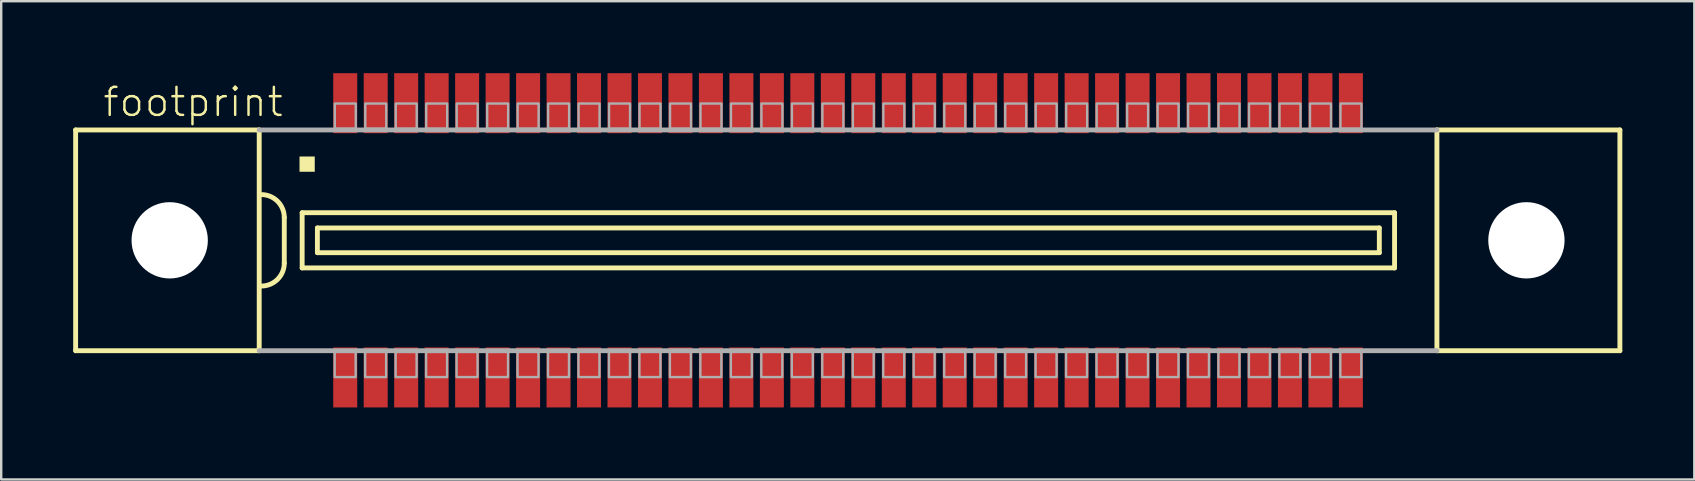
<source format=kicad_pcb>
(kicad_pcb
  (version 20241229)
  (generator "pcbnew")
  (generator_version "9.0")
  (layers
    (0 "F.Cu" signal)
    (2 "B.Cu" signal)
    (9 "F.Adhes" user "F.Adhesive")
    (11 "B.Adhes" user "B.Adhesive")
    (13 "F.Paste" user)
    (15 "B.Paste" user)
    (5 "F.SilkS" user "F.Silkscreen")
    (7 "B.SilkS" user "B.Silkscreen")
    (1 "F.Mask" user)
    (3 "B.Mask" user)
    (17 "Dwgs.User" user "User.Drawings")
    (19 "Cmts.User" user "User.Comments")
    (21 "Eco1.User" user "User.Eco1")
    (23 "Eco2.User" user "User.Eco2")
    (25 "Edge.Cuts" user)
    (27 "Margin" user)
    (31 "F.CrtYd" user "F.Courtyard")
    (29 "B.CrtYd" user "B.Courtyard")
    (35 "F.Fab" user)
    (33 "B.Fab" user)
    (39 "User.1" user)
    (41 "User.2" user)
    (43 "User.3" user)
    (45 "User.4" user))
  (footprint "footprint"
    (layer "F.Cu")
    (at 32.292 6.965)
    (property "Reference" "footprint" (at -31.115 -5.08 0) (layer "F.SilkS") (effects (font (size 1.168 1.168) (thickness 0.102)) (justify left bottom)))
    (fp_line (start -32.19 -4.6) (end -32.19 4.6) (stroke (width 0.203) (type solid)) (layer "F.SilkS"))
    (fp_line (start -32.19 4.6) (end -24.54 4.6) (stroke (width 0.203) (type solid)) (layer "F.SilkS"))
    (fp_line (start -24.54 -4.6) (end -32.19 -4.6) (stroke (width 0.203) (type solid)) (layer "F.SilkS"))
    (fp_line (start -24.54 -4.6) (end -24.54 4.6) (stroke (width 0.203) (type solid)) (layer "F.SilkS"))
    (fp_line (start -23.495 -0.953) (end -23.495 0.953) (stroke (width 0.203) (type solid)) (layer "F.SilkS"))
    (fp_line (start -22.75 -1.15) (end -22.75 1.15) (stroke (width 0.203) (type solid)) (layer "F.SilkS"))
    (fp_line (start -22.75 1.15) (end 22.775 1.15) (stroke (width 0.203) (type solid)) (layer "F.SilkS"))
    (fp_line (start -22.115 -0.515) (end -22.115 0.515) (stroke (width 0.203) (type solid)) (layer "F.SilkS"))
    (fp_line (start -22.115 0.515) (end 22.14 0.515) (stroke (width 0.203) (type solid)) (layer "F.SilkS"))
    (fp_line (start 22.14 -0.515) (end -22.115 -0.515) (stroke (width 0.203) (type solid)) (layer "F.SilkS"))
    (fp_line (start 22.14 0.515) (end 22.14 -0.515) (stroke (width 0.203) (type solid)) (layer "F.SilkS"))
    (fp_line (start 22.775 -1.15) (end -22.75 -1.15) (stroke (width 0.203) (type solid)) (layer "F.SilkS"))
    (fp_line (start 22.775 1.15) (end 22.775 -1.15) (stroke (width 0.203) (type solid)) (layer "F.SilkS"))
    (fp_line (start 24.54 4.6) (end 24.54 -4.6) (stroke (width 0.203) (type solid)) (layer "F.SilkS"))
    (fp_line (start 24.54 4.6) (end 32.165 4.6) (stroke (width 0.203) (type solid)) (layer "F.SilkS"))
    (fp_line (start 32.165 -4.6) (end 24.54 -4.6) (stroke (width 0.203) (type solid)) (layer "F.SilkS"))
    (fp_line (start 32.165 4.6) (end 32.165 -4.6) (stroke (width 0.203) (type solid)) (layer "F.SilkS"))
    (fp_arc (start -24.4475 -1.905) (mid -23.773981 -1.626019) (end -23.495 -0.9525) (stroke (width 0.2032) (type solid)) (layer "F.SilkS"))
    (fp_arc (start -23.495 0.9525) (mid -23.77401 1.625989) (end -24.447499 1.904999) (stroke (width 0.2032) (type solid)) (layer "F.SilkS"))
    (fp_poly (pts (xy -22.86 -2.857) (xy -22.225 -2.857) (xy -22.225 -3.493) (xy -22.86 -3.493)) (stroke (width 0) (type solid)) (fill yes) (layer "F.SilkS"))
    (fp_line (start -24.54 4.6) (end 24.54 4.6) (stroke (width 0.203) (type solid)) (layer "F.Fab"))
    (fp_line (start 24.54 -4.6) (end -24.54 -4.6) (stroke (width 0.203) (type solid)) (layer "F.Fab"))
    (fp_poly (pts (xy -21.39 -4.65) (xy -20.515 -4.65) (xy -20.515 -5.7) (xy -21.39 -5.7)) (stroke (width 0.1) (type solid)) (fill no) (layer "F.Fab"))
    (fp_poly (pts (xy -20.52 4.65) (xy -21.395 4.65) (xy -21.395 5.7) (xy -20.52 5.7)) (stroke (width 0.1) (type solid)) (fill no) (layer "F.Fab"))
    (fp_poly (pts (xy -20.12 -4.65) (xy -19.245 -4.65) (xy -19.245 -5.7) (xy -20.12 -5.7)) (stroke (width 0.1) (type solid)) (fill no) (layer "F.Fab"))
    (fp_poly (pts (xy -19.25 4.65) (xy -20.125 4.65) (xy -20.125 5.7) (xy -19.25 5.7)) (stroke (width 0.1) (type solid)) (fill no) (layer "F.Fab"))
    (fp_poly (pts (xy -18.85 -4.65) (xy -17.975 -4.65) (xy -17.975 -5.7) (xy -18.85 -5.7)) (stroke (width 0.1) (type solid)) (fill no) (layer "F.Fab"))
    (fp_poly (pts (xy -17.98 4.65) (xy -18.855 4.65) (xy -18.855 5.7) (xy -17.98 5.7)) (stroke (width 0.1) (type solid)) (fill no) (layer "F.Fab"))
    (fp_poly (pts (xy -17.58 -4.65) (xy -16.705 -4.65) (xy -16.705 -5.7) (xy -17.58 -5.7)) (stroke (width 0.1) (type solid)) (fill no) (layer "F.Fab"))
    (fp_poly (pts (xy -16.71 4.65) (xy -17.585 4.65) (xy -17.585 5.7) (xy -16.71 5.7)) (stroke (width 0.1) (type solid)) (fill no) (layer "F.Fab"))
    (fp_poly (pts (xy -16.31 -4.65) (xy -15.435 -4.65) (xy -15.435 -5.7) (xy -16.31 -5.7)) (stroke (width 0.1) (type solid)) (fill no) (layer "F.Fab"))
    (fp_poly (pts (xy -15.44 4.65) (xy -16.315 4.65) (xy -16.315 5.7) (xy -15.44 5.7)) (stroke (width 0.1) (type solid)) (fill no) (layer "F.Fab"))
    (fp_poly (pts (xy -15.04 -4.65) (xy -14.165 -4.65) (xy -14.165 -5.7) (xy -15.04 -5.7)) (stroke (width 0.1) (type solid)) (fill no) (layer "F.Fab"))
    (fp_poly (pts (xy -14.17 4.65) (xy -15.045 4.65) (xy -15.045 5.7) (xy -14.17 5.7)) (stroke (width 0.1) (type solid)) (fill no) (layer "F.Fab"))
    (fp_poly (pts (xy -13.77 -4.65) (xy -12.895 -4.65) (xy -12.895 -5.7) (xy -13.77 -5.7)) (stroke (width 0.1) (type solid)) (fill no) (layer "F.Fab"))
    (fp_poly (pts (xy -12.9 4.65) (xy -13.775 4.65) (xy -13.775 5.7) (xy -12.9 5.7)) (stroke (width 0.1) (type solid)) (fill no) (layer "F.Fab"))
    (fp_poly (pts (xy -12.5 -4.65) (xy -11.625 -4.65) (xy -11.625 -5.7) (xy -12.5 -5.7)) (stroke (width 0.1) (type solid)) (fill no) (layer "F.Fab"))
    (fp_poly (pts (xy -11.63 4.65) (xy -12.505 4.65) (xy -12.505 5.7) (xy -11.63 5.7)) (stroke (width 0.1) (type solid)) (fill no) (layer "F.Fab"))
    (fp_poly (pts (xy -11.23 -4.65) (xy -10.355 -4.65) (xy -10.355 -5.7) (xy -11.23 -5.7)) (stroke (width 0.1) (type solid)) (fill no) (layer "F.Fab"))
    (fp_poly (pts (xy -10.36 4.65) (xy -11.235 4.65) (xy -11.235 5.7) (xy -10.36 5.7)) (stroke (width 0.1) (type solid)) (fill no) (layer "F.Fab"))
    (fp_poly (pts (xy -9.96 -4.65) (xy -9.085 -4.65) (xy -9.085 -5.7) (xy -9.96 -5.7)) (stroke (width 0.1) (type solid)) (fill no) (layer "F.Fab"))
    (fp_poly (pts (xy -9.09 4.65) (xy -9.965 4.65) (xy -9.965 5.7) (xy -9.09 5.7)) (stroke (width 0.1) (type solid)) (fill no) (layer "F.Fab"))
    (fp_poly (pts (xy -8.69 -4.65) (xy -7.815 -4.65) (xy -7.815 -5.7) (xy -8.69 -5.7)) (stroke (width 0.1) (type solid)) (fill no) (layer "F.Fab"))
    (fp_poly (pts (xy -7.82 4.65) (xy -8.695 4.65) (xy -8.695 5.7) (xy -7.82 5.7)) (stroke (width 0.1) (type solid)) (fill no) (layer "F.Fab"))
    (fp_poly (pts (xy -7.42 -4.65) (xy -6.545 -4.65) (xy -6.545 -5.7) (xy -7.42 -5.7)) (stroke (width 0.1) (type solid)) (fill no) (layer "F.Fab"))
    (fp_poly (pts (xy -6.55 4.65) (xy -7.425 4.65) (xy -7.425 5.7) (xy -6.55 5.7)) (stroke (width 0.1) (type solid)) (fill no) (layer "F.Fab"))
    (fp_poly (pts (xy -6.15 -4.65) (xy -5.275 -4.65) (xy -5.275 -5.7) (xy -6.15 -5.7)) (stroke (width 0.1) (type solid)) (fill no) (layer "F.Fab"))
    (fp_poly (pts (xy -5.28 4.65) (xy -6.155 4.65) (xy -6.155 5.7) (xy -5.28 5.7)) (stroke (width 0.1) (type solid)) (fill no) (layer "F.Fab"))
    (fp_poly (pts (xy -4.88 -4.65) (xy -4.005 -4.65) (xy -4.005 -5.7) (xy -4.88 -5.7)) (stroke (width 0.1) (type solid)) (fill no) (layer "F.Fab"))
    (fp_poly (pts (xy -4.01 4.65) (xy -4.885 4.65) (xy -4.885 5.7) (xy -4.01 5.7)) (stroke (width 0.1) (type solid)) (fill no) (layer "F.Fab"))
    (fp_poly (pts (xy -3.61 -4.65) (xy -2.735 -4.65) (xy -2.735 -5.7) (xy -3.61 -5.7)) (stroke (width 0.1) (type solid)) (fill no) (layer "F.Fab"))
    (fp_poly (pts (xy -2.74 4.65) (xy -3.615 4.65) (xy -3.615 5.7) (xy -2.74 5.7)) (stroke (width 0.1) (type solid)) (fill no) (layer "F.Fab"))
    (fp_poly (pts (xy -2.34 -4.65) (xy -1.465 -4.65) (xy -1.465 -5.7) (xy -2.34 -5.7)) (stroke (width 0.1) (type solid)) (fill no) (layer "F.Fab"))
    (fp_poly (pts (xy -1.47 4.65) (xy -2.345 4.65) (xy -2.345 5.7) (xy -1.47 5.7)) (stroke (width 0.1) (type solid)) (fill no) (layer "F.Fab"))
    (fp_poly (pts (xy -1.07 -4.65) (xy -0.195 -4.65) (xy -0.195 -5.7) (xy -1.07 -5.7)) (stroke (width 0.1) (type solid)) (fill no) (layer "F.Fab"))
    (fp_poly (pts (xy -0.2 4.65) (xy -1.075 4.65) (xy -1.075 5.7) (xy -0.2 5.7)) (stroke (width 0.1) (type solid)) (fill no) (layer "F.Fab"))
    (fp_poly (pts (xy 0.2 -4.65) (xy 1.075 -4.65) (xy 1.075 -5.7) (xy 0.2 -5.7)) (stroke (width 0.1) (type solid)) (fill no) (layer "F.Fab"))
    (fp_poly (pts (xy 1.07 4.65) (xy 0.195 4.65) (xy 0.195 5.7) (xy 1.07 5.7)) (stroke (width 0.1) (type solid)) (fill no) (layer "F.Fab"))
    (fp_poly (pts (xy 1.47 -4.65) (xy 2.345 -4.65) (xy 2.345 -5.7) (xy 1.47 -5.7)) (stroke (width 0.1) (type solid)) (fill no) (layer "F.Fab"))
    (fp_poly (pts (xy 2.34 4.65) (xy 1.465 4.65) (xy 1.465 5.7) (xy 2.34 5.7)) (stroke (width 0.1) (type solid)) (fill no) (layer "F.Fab"))
    (fp_poly (pts (xy 2.74 -4.65) (xy 3.615 -4.65) (xy 3.615 -5.7) (xy 2.74 -5.7)) (stroke (width 0.1) (type solid)) (fill no) (layer "F.Fab"))
    (fp_poly (pts (xy 3.61 4.65) (xy 2.735 4.65) (xy 2.735 5.7) (xy 3.61 5.7)) (stroke (width 0.1) (type solid)) (fill no) (layer "F.Fab"))
    (fp_poly (pts (xy 4.01 -4.65) (xy 4.885 -4.65) (xy 4.885 -5.7) (xy 4.01 -5.7)) (stroke (width 0.1) (type solid)) (fill no) (layer "F.Fab"))
    (fp_poly (pts (xy 4.88 4.65) (xy 4.005 4.65) (xy 4.005 5.7) (xy 4.88 5.7)) (stroke (width 0.1) (type solid)) (fill no) (layer "F.Fab"))
    (fp_poly (pts (xy 5.28 -4.65) (xy 6.155 -4.65) (xy 6.155 -5.7) (xy 5.28 -5.7)) (stroke (width 0.1) (type solid)) (fill no) (layer "F.Fab"))
    (fp_poly (pts (xy 6.15 4.65) (xy 5.275 4.65) (xy 5.275 5.7) (xy 6.15 5.7)) (stroke (width 0.1) (type solid)) (fill no) (layer "F.Fab"))
    (fp_poly (pts (xy 6.55 -4.65) (xy 7.425 -4.65) (xy 7.425 -5.7) (xy 6.55 -5.7)) (stroke (width 0.1) (type solid)) (fill no) (layer "F.Fab"))
    (fp_poly (pts (xy 7.42 4.65) (xy 6.545 4.65) (xy 6.545 5.7) (xy 7.42 5.7)) (stroke (width 0.1) (type solid)) (fill no) (layer "F.Fab"))
    (fp_poly (pts (xy 7.82 -4.65) (xy 8.695 -4.65) (xy 8.695 -5.7) (xy 7.82 -5.7)) (stroke (width 0.1) (type solid)) (fill no) (layer "F.Fab"))
    (fp_poly (pts (xy 8.69 4.65) (xy 7.815 4.65) (xy 7.815 5.7) (xy 8.69 5.7)) (stroke (width 0.1) (type solid)) (fill no) (layer "F.Fab"))
    (fp_poly (pts (xy 9.09 -4.65) (xy 9.965 -4.65) (xy 9.965 -5.7) (xy 9.09 -5.7)) (stroke (width 0.1) (type solid)) (fill no) (layer "F.Fab"))
    (fp_poly (pts (xy 9.96 4.65) (xy 9.085 4.65) (xy 9.085 5.7) (xy 9.96 5.7)) (stroke (width 0.1) (type solid)) (fill no) (layer "F.Fab"))
    (fp_poly (pts (xy 10.36 -4.65) (xy 11.235 -4.65) (xy 11.235 -5.7) (xy 10.36 -5.7)) (stroke (width 0.1) (type solid)) (fill no) (layer "F.Fab"))
    (fp_poly (pts (xy 11.23 4.65) (xy 10.355 4.65) (xy 10.355 5.7) (xy 11.23 5.7)) (stroke (width 0.1) (type solid)) (fill no) (layer "F.Fab"))
    (fp_poly (pts (xy 11.63 -4.65) (xy 12.505 -4.65) (xy 12.505 -5.7) (xy 11.63 -5.7)) (stroke (width 0.1) (type solid)) (fill no) (layer "F.Fab"))
    (fp_poly (pts (xy 12.5 4.65) (xy 11.625 4.65) (xy 11.625 5.7) (xy 12.5 5.7)) (stroke (width 0.1) (type solid)) (fill no) (layer "F.Fab"))
    (fp_poly (pts (xy 12.9 -4.65) (xy 13.775 -4.65) (xy 13.775 -5.7) (xy 12.9 -5.7)) (stroke (width 0.1) (type solid)) (fill no) (layer "F.Fab"))
    (fp_poly (pts (xy 13.77 4.65) (xy 12.895 4.65) (xy 12.895 5.7) (xy 13.77 5.7)) (stroke (width 0.1) (type solid)) (fill no) (layer "F.Fab"))
    (fp_poly (pts (xy 14.17 -4.65) (xy 15.045 -4.65) (xy 15.045 -5.7) (xy 14.17 -5.7)) (stroke (width 0.1) (type solid)) (fill no) (layer "F.Fab"))
    (fp_poly (pts (xy 15.04 4.65) (xy 14.165 4.65) (xy 14.165 5.7) (xy 15.04 5.7)) (stroke (width 0.1) (type solid)) (fill no) (layer "F.Fab"))
    (fp_poly (pts (xy 15.44 -4.65) (xy 16.315 -4.65) (xy 16.315 -5.7) (xy 15.44 -5.7)) (stroke (width 0.1) (type solid)) (fill no) (layer "F.Fab"))
    (fp_poly (pts (xy 16.31 4.65) (xy 15.435 4.65) (xy 15.435 5.7) (xy 16.31 5.7)) (stroke (width 0.1) (type solid)) (fill no) (layer "F.Fab"))
    (fp_poly (pts (xy 16.71 -4.65) (xy 17.585 -4.65) (xy 17.585 -5.7) (xy 16.71 -5.7)) (stroke (width 0.1) (type solid)) (fill no) (layer "F.Fab"))
    (fp_poly (pts (xy 17.58 4.65) (xy 16.705 4.65) (xy 16.705 5.7) (xy 17.58 5.7)) (stroke (width 0.1) (type solid)) (fill no) (layer "F.Fab"))
    (fp_poly (pts (xy 17.98 -4.65) (xy 18.855 -4.65) (xy 18.855 -5.7) (xy 17.98 -5.7)) (stroke (width 0.1) (type solid)) (fill no) (layer "F.Fab"))
    (fp_poly (pts (xy 18.85 4.65) (xy 17.975 4.65) (xy 17.975 5.7) (xy 18.85 5.7)) (stroke (width 0.1) (type solid)) (fill no) (layer "F.Fab"))
    (fp_poly (pts (xy 19.25 -4.65) (xy 20.125 -4.65) (xy 20.125 -5.7) (xy 19.25 -5.7)) (stroke (width 0.1) (type solid)) (fill no) (layer "F.Fab"))
    (fp_poly (pts (xy 20.12 4.65) (xy 19.245 4.65) (xy 19.245 5.7) (xy 20.12 5.7)) (stroke (width 0.1) (type solid)) (fill no) (layer "F.Fab"))
    (fp_poly (pts (xy 20.52 -4.65) (xy 21.395 -4.65) (xy 21.395 -5.7) (xy 20.52 -5.7)) (stroke (width 0.1) (type solid)) (fill no) (layer "F.Fab"))
    (fp_poly (pts (xy 21.39 4.65) (xy 20.515 4.65) (xy 20.515 5.7) (xy 21.39 5.7)) (stroke (width 0.1) (type solid)) (fill no) (layer "F.Fab"))
    (pad "" np_thru_hole circle (at -28.27 0) (size 3.18 3.18) (drill 3.18) (layers "*.Cu" "*.Mask"))
    (pad "" np_thru_hole circle (at 28.27 0) (size 3.18 3.18) (drill 3.18) (layers "*.Cu" "*.Mask"))
    (pad "1" smd rect (at -20.955 -5.715) (size 1 2.5) (layers "F.Cu" "F.Mask" "F.Paste"))
    (pad "2" smd rect (at -19.685 -5.715) (size 1 2.5) (layers "F.Cu" "F.Mask" "F.Paste"))
    (pad "3" smd rect (at -18.415 -5.715) (size 1 2.5) (layers "F.Cu" "F.Mask" "F.Paste"))
    (pad "4" smd rect (at -17.145 -5.715) (size 1 2.5) (layers "F.Cu" "F.Mask" "F.Paste"))
    (pad "5" smd rect (at -15.875 -5.715) (size 1 2.5) (layers "F.Cu" "F.Mask" "F.Paste"))
    (pad "6" smd rect (at -14.605 -5.715) (size 1 2.5) (layers "F.Cu" "F.Mask" "F.Paste"))
    (pad "7" smd rect (at -13.335 -5.715) (size 1 2.5) (layers "F.Cu" "F.Mask" "F.Paste"))
    (pad "8" smd rect (at -12.065 -5.715) (size 1 2.5) (layers "F.Cu" "F.Mask" "F.Paste"))
    (pad "9" smd rect (at -10.795 -5.715) (size 1 2.5) (layers "F.Cu" "F.Mask" "F.Paste"))
    (pad "10" smd rect (at -9.525 -5.715) (size 1 2.5) (layers "F.Cu" "F.Mask" "F.Paste"))
    (pad "11" smd rect (at -8.255 -5.715 180) (size 1 2.5) (layers "F.Cu" "F.Mask" "F.Paste"))
    (pad "12" smd rect (at -6.985 -5.715 180) (size 1 2.5) (layers "F.Cu" "F.Mask" "F.Paste"))
    (pad "13" smd rect (at -5.715 -5.715 180) (size 1 2.5) (layers "F.Cu" "F.Mask" "F.Paste"))
    (pad "14" smd rect (at -4.445 -5.715 180) (size 1 2.5) (layers "F.Cu" "F.Mask" "F.Paste"))
    (pad "15" smd rect (at -3.175 -5.715 180) (size 1 2.5) (layers "F.Cu" "F.Mask" "F.Paste"))
    (pad "16" smd rect (at -1.905 -5.715 180) (size 1 2.5) (layers "F.Cu" "F.Mask" "F.Paste"))
    (pad "17" smd rect (at -0.635 -5.715 180) (size 1 2.5) (layers "F.Cu" "F.Mask" "F.Paste"))
    (pad "18" smd rect (at 0.635 -5.715 180) (size 1 2.5) (layers "F.Cu" "F.Mask" "F.Paste"))
    (pad "19" smd rect (at 1.905 -5.715 180) (size 1 2.5) (layers "F.Cu" "F.Mask" "F.Paste"))
    (pad "20" smd rect (at 3.175 -5.715 180) (size 1 2.5) (layers "F.Cu" "F.Mask" "F.Paste"))
    (pad "21" smd rect (at 4.445 -5.715 180) (size 1 2.5) (layers "F.Cu" "F.Mask" "F.Paste"))
    (pad "22" smd rect (at 5.715 -5.715 180) (size 1 2.5) (layers "F.Cu" "F.Mask" "F.Paste"))
    (pad "23" smd rect (at 6.985 -5.715 180) (size 1 2.5) (layers "F.Cu" "F.Mask" "F.Paste"))
    (pad "24" smd rect (at 8.255 -5.715 180) (size 1 2.5) (layers "F.Cu" "F.Mask" "F.Paste"))
    (pad "25" smd rect (at 9.525 -5.715 180) (size 1 2.5) (layers "F.Cu" "F.Mask" "F.Paste"))
    (pad "26" smd rect (at 10.795 -5.715 180) (size 1 2.5) (layers "F.Cu" "F.Mask" "F.Paste"))
    (pad "27" smd rect (at 12.065 -5.715 180) (size 1 2.5) (layers "F.Cu" "F.Mask" "F.Paste"))
    (pad "28" smd rect (at 13.335 -5.715 180) (size 1 2.5) (layers "F.Cu" "F.Mask" "F.Paste"))
    (pad "29" smd rect (at 14.605 -5.715 180) (size 1 2.5) (layers "F.Cu" "F.Mask" "F.Paste"))
    (pad "30" smd rect (at 15.875 -5.715 180) (size 1 2.5) (layers "F.Cu" "F.Mask" "F.Paste"))
    (pad "31" smd rect (at 17.145 -5.715 180) (size 1 2.5) (layers "F.Cu" "F.Mask" "F.Paste"))
    (pad "32" smd rect (at 18.415 -5.715 180) (size 1 2.5) (layers "F.Cu" "F.Mask" "F.Paste"))
    (pad "33" smd rect (at 19.685 -5.715 180) (size 1 2.5) (layers "F.Cu" "F.Mask" "F.Paste"))
    (pad "34" smd rect (at 20.955 -5.715 180) (size 1 2.5) (layers "F.Cu" "F.Mask" "F.Paste"))
    (pad "35" smd rect (at -20.955 5.715) (size 1 2.5) (layers "F.Cu" "F.Mask" "F.Paste"))
    (pad "36" smd rect (at -19.685 5.715) (size 1 2.5) (layers "F.Cu" "F.Mask" "F.Paste"))
    (pad "37" smd rect (at -18.415 5.715) (size 1 2.5) (layers "F.Cu" "F.Mask" "F.Paste"))
    (pad "38" smd rect (at -17.145 5.715) (size 1 2.5) (layers "F.Cu" "F.Mask" "F.Paste"))
    (pad "39" smd rect (at -15.875 5.715) (size 1 2.5) (layers "F.Cu" "F.Mask" "F.Paste"))
    (pad "40" smd rect (at -14.605 5.715) (size 1 2.5) (layers "F.Cu" "F.Mask" "F.Paste"))
    (pad "41" smd rect (at -13.335 5.715) (size 1 2.5) (layers "F.Cu" "F.Mask" "F.Paste"))
    (pad "42" smd rect (at -12.065 5.715) (size 1 2.5) (layers "F.Cu" "F.Mask" "F.Paste"))
    (pad "43" smd rect (at -10.795 5.715) (size 1 2.5) (layers "F.Cu" "F.Mask" "F.Paste"))
    (pad "44" smd rect (at -9.525 5.715) (size 1 2.5) (layers "F.Cu" "F.Mask" "F.Paste"))
    (pad "45" smd rect (at -8.255 5.715) (size 1 2.5) (layers "F.Cu" "F.Mask" "F.Paste"))
    (pad "46" smd rect (at -6.985 5.715) (size 1 2.5) (layers "F.Cu" "F.Mask" "F.Paste"))
    (pad "47" smd rect (at -5.715 5.715) (size 1 2.5) (layers "F.Cu" "F.Mask" "F.Paste"))
    (pad "48" smd rect (at -4.445 5.715) (size 1 2.5) (layers "F.Cu" "F.Mask" "F.Paste"))
    (pad "49" smd rect (at -3.175 5.715) (size 1 2.5) (layers "F.Cu" "F.Mask" "F.Paste"))
    (pad "50" smd rect (at -1.905 5.715) (size 1 2.5) (layers "F.Cu" "F.Mask" "F.Paste"))
    (pad "51" smd rect (at -0.635 5.715) (size 1 2.5) (layers "F.Cu" "F.Mask" "F.Paste"))
    (pad "52" smd rect (at 0.635 5.715) (size 1 2.5) (layers "F.Cu" "F.Mask" "F.Paste"))
    (pad "53" smd rect (at 1.905 5.715) (size 1 2.5) (layers "F.Cu" "F.Mask" "F.Paste"))
    (pad "54" smd rect (at 3.175 5.715) (size 1 2.5) (layers "F.Cu" "F.Mask" "F.Paste"))
    (pad "55" smd rect (at 4.445 5.715) (size 1 2.5) (layers "F.Cu" "F.Mask" "F.Paste"))
    (pad "56" smd rect (at 5.715 5.715) (size 1 2.5) (layers "F.Cu" "F.Mask" "F.Paste"))
    (pad "57" smd rect (at 6.985 5.715) (size 1 2.5) (layers "F.Cu" "F.Mask" "F.Paste"))
    (pad "58" smd rect (at 8.255 5.715) (size 1 2.5) (layers "F.Cu" "F.Mask" "F.Paste"))
    (pad "59" smd rect (at 9.525 5.715) (size 1 2.5) (layers "F.Cu" "F.Mask" "F.Paste"))
    (pad "60" smd rect (at 10.795 5.715) (size 1 2.5) (layers "F.Cu" "F.Mask" "F.Paste"))
    (pad "61" smd rect (at 12.065 5.715) (size 1 2.5) (layers "F.Cu" "F.Mask" "F.Paste"))
    (pad "62" smd rect (at 13.335 5.715) (size 1 2.5) (layers "F.Cu" "F.Mask" "F.Paste"))
    (pad "63" smd rect (at 14.605 5.715) (size 1 2.5) (layers "F.Cu" "F.Mask" "F.Paste"))
    (pad "64" smd rect (at 15.875 5.715) (size 1 2.5) (layers "F.Cu" "F.Mask" "F.Paste"))
    (pad "65" smd rect (at 17.145 5.715) (size 1 2.5) (layers "F.Cu" "F.Mask" "F.Paste"))
    (pad "66" smd rect (at 18.415 5.715) (size 1 2.5) (layers "F.Cu" "F.Mask" "F.Paste"))
    (pad "67" smd rect (at 19.685 5.715) (size 1 2.5) (layers "F.Cu" "F.Mask" "F.Paste"))
    (pad "68" smd rect (at 20.955 5.715) (size 1 2.5) (layers "F.Cu" "F.Mask" "F.Paste")))
  (gr_rect
    (start -3 -3)
    (end 67.558 16.93)
    (stroke (width 0.1) (type default))
    (fill no)
    (layer "Edge.Cuts")))
</source>
